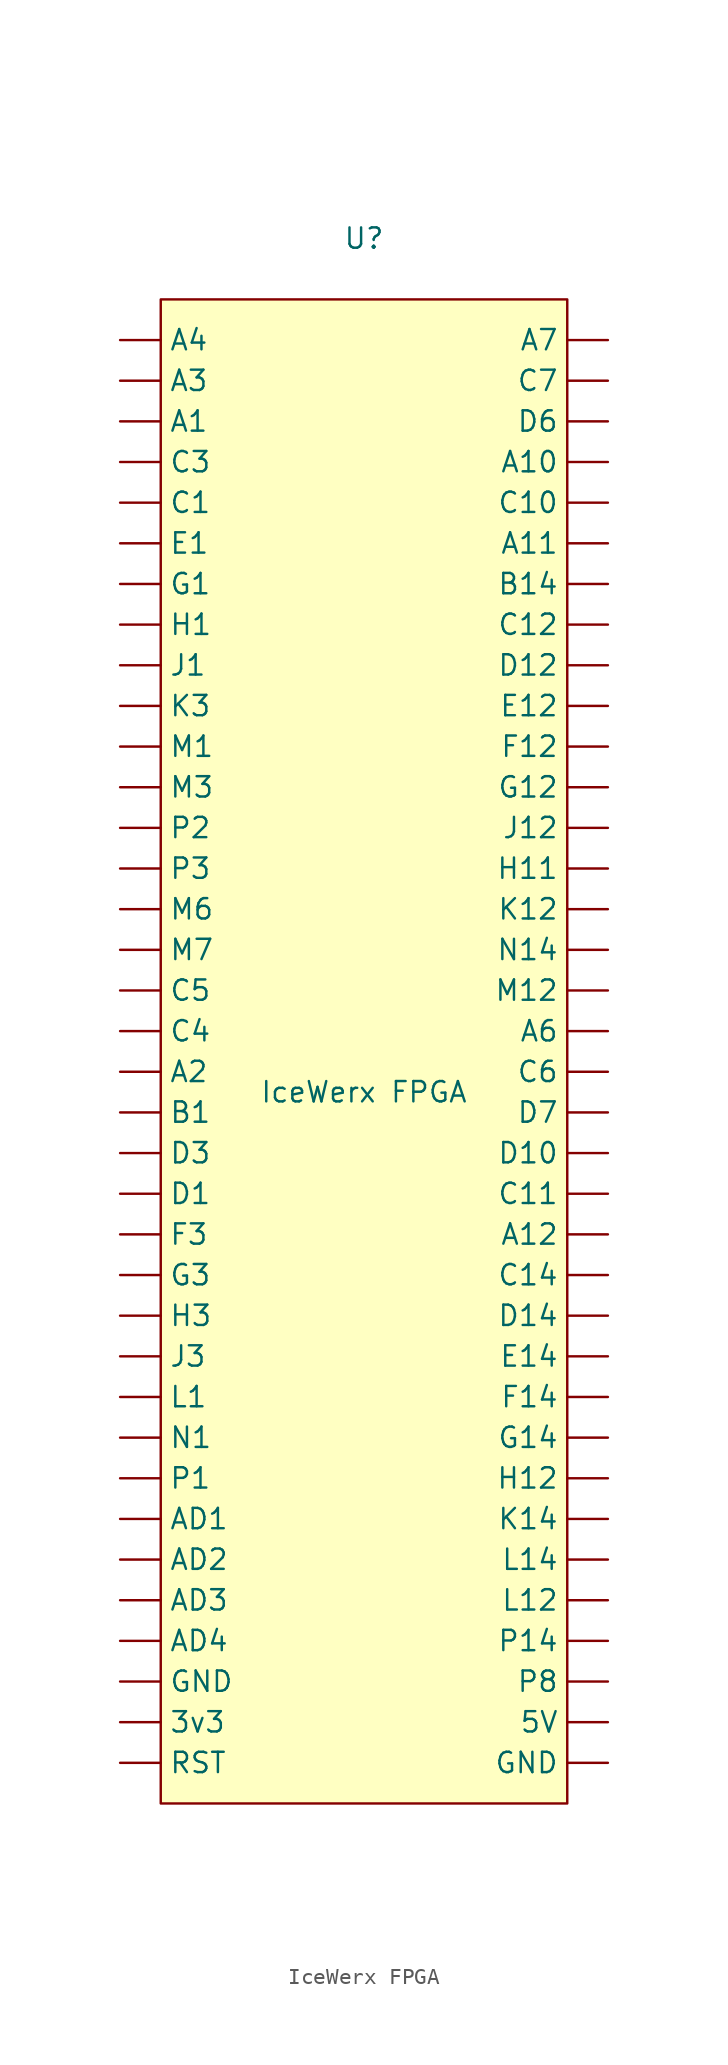
<source format=kicad_sym>
(kicad_symbol_lib
  (version 20211014)
  (generator kicad_symbol_editor)
  (symbol "IceWerx FPGA"
    (property "Reference" "U"
      (at 0 53.34 0)
      (effects (font (size 1.27 1.27))))
    (property "Value" "IceWerx FPGA"
      (at 0 0 0)
      (effects (font (size 1.27 1.27))))
    (symbol "IceWerx FPGA_0_1"
      (rectangle (start -12.7 49.53) (end 12.7 -44.45) (stroke (width 0) (type default) (color 0 0 0 0)) (fill (type background))))
    (symbol "IceWerx FPGA_1_1"
      (pin power_out line (at -15.24 -39.37 0) (length 2.54) (name "3v3" (effects (font (size 1.27 1.27)))) (number "" (effects (font (size 1.27 1.27)))))
      (pin power_in line (at 15.24 -39.37 180) (length 2.54) (name "5V" (effects (font (size 1.27 1.27)))) (number "" (effects (font (size 1.27 1.27)))))
      (pin bidirectional line (at -15.24 41.91 0) (length 2.54) (name "A1" (effects (font (size 1.27 1.27)))) (number "" (effects (font (size 1.27 1.27)))))
      (pin bidirectional line (at 15.24 39.37 180) (length 2.54) (name "A10" (effects (font (size 1.27 1.27)))) (number "" (effects (font (size 1.27 1.27)))))
      (pin bidirectional line (at 15.24 34.29 180) (length 2.54) (name "A11" (effects (font (size 1.27 1.27)))) (number "" (effects (font (size 1.27 1.27)))))
      (pin bidirectional line (at 15.24 -8.89 180) (length 2.54) (name "A12" (effects (font (size 1.27 1.27)))) (number "" (effects (font (size 1.27 1.27)))))
      (pin bidirectional line (at -15.24 1.27 0) (length 2.54) (name "A2" (effects (font (size 1.27 1.27)))) (number "" (effects (font (size 1.27 1.27)))))
      (pin bidirectional line (at -15.24 44.45 0) (length 2.54) (name "A3" (effects (font (size 1.27 1.27)))) (number "" (effects (font (size 1.27 1.27)))))
      (pin bidirectional line (at -15.24 46.99 0) (length 2.54) (name "A4" (effects (font (size 1.27 1.27)))) (number "" (effects (font (size 1.27 1.27)))))
      (pin bidirectional line (at 15.24 3.81 180) (length 2.54) (name "A6" (effects (font (size 1.27 1.27)))) (number "" (effects (font (size 1.27 1.27)))))
      (pin bidirectional line (at 15.24 46.99 180) (length 2.54) (name "A7" (effects (font (size 1.27 1.27)))) (number "" (effects (font (size 1.27 1.27)))))
      (pin bidirectional line (at -15.24 -26.67 0) (length 2.54) (name "AD1" (effects (font (size 1.27 1.27)))) (number "" (effects (font (size 1.27 1.27)))))
      (pin bidirectional line (at -15.24 -29.21 0) (length 2.54) (name "AD2" (effects (font (size 1.27 1.27)))) (number "" (effects (font (size 1.27 1.27)))))
      (pin bidirectional line (at -15.24 -31.75 0) (length 2.54) (name "AD3" (effects (font (size 1.27 1.27)))) (number "" (effects (font (size 1.27 1.27)))))
      (pin bidirectional line (at -15.24 -34.29 0) (length 2.54) (name "AD4" (effects (font (size 1.27 1.27)))) (number "" (effects (font (size 1.27 1.27)))))
      (pin bidirectional line (at -15.24 -1.27 0) (length 2.54) (name "B1" (effects (font (size 1.27 1.27)))) (number "" (effects (font (size 1.27 1.27)))))
      (pin bidirectional line (at 15.24 31.75 180) (length 2.54) (name "B14" (effects (font (size 1.27 1.27)))) (number "" (effects (font (size 1.27 1.27)))))
      (pin bidirectional line (at -15.24 36.83 0) (length 2.54) (name "C1" (effects (font (size 1.27 1.27)))) (number "" (effects (font (size 1.27 1.27)))))
      (pin bidirectional line (at 15.24 36.83 180) (length 2.54) (name "C10" (effects (font (size 1.27 1.27)))) (number "" (effects (font (size 1.27 1.27)))))
      (pin bidirectional line (at 15.24 -6.35 180) (length 2.54) (name "C11" (effects (font (size 1.27 1.27)))) (number "" (effects (font (size 1.27 1.27)))))
      (pin bidirectional line (at 15.24 29.21 180) (length 2.54) (name "C12" (effects (font (size 1.27 1.27)))) (number "" (effects (font (size 1.27 1.27)))))
      (pin bidirectional line (at 15.24 -11.43 180) (length 2.54) (name "C14" (effects (font (size 1.27 1.27)))) (number "" (effects (font (size 1.27 1.27)))))
      (pin bidirectional line (at -15.24 39.37 0) (length 2.54) (name "C3" (effects (font (size 1.27 1.27)))) (number "" (effects (font (size 1.27 1.27)))))
      (pin bidirectional line (at -15.24 3.81 0) (length 2.54) (name "C4" (effects (font (size 1.27 1.27)))) (number "" (effects (font (size 1.27 1.27)))))
      (pin bidirectional line (at -15.24 6.35 0) (length 2.54) (name "C5" (effects (font (size 1.27 1.27)))) (number "" (effects (font (size 1.27 1.27)))))
      (pin bidirectional line (at 15.24 1.27 180) (length 2.54) (name "C6" (effects (font (size 1.27 1.27)))) (number "" (effects (font (size 1.27 1.27)))))
      (pin bidirectional line (at 15.24 44.45 180) (length 2.54) (name "C7" (effects (font (size 1.27 1.27)))) (number "" (effects (font (size 1.27 1.27)))))
      (pin bidirectional line (at -15.24 -6.35 0) (length 2.54) (name "D1" (effects (font (size 1.27 1.27)))) (number "" (effects (font (size 1.27 1.27)))))
      (pin bidirectional line (at 15.24 -3.81 180) (length 2.54) (name "D10" (effects (font (size 1.27 1.27)))) (number "" (effects (font (size 1.27 1.27)))))
      (pin bidirectional line (at 15.24 26.67 180) (length 2.54) (name "D12" (effects (font (size 1.27 1.27)))) (number "" (effects (font (size 1.27 1.27)))))
      (pin bidirectional line (at 15.24 -13.97 180) (length 2.54) (name "D14" (effects (font (size 1.27 1.27)))) (number "" (effects (font (size 1.27 1.27)))))
      (pin bidirectional line (at -15.24 -3.81 0) (length 2.54) (name "D3" (effects (font (size 1.27 1.27)))) (number "" (effects (font (size 1.27 1.27)))))
      (pin bidirectional line (at 15.24 41.91 180) (length 2.54) (name "D6" (effects (font (size 1.27 1.27)))) (number "" (effects (font (size 1.27 1.27)))))
      (pin bidirectional line (at 15.24 -1.27 180) (length 2.54) (name "D7" (effects (font (size 1.27 1.27)))) (number "" (effects (font (size 1.27 1.27)))))
      (pin bidirectional line (at -15.24 34.29 0) (length 2.54) (name "E1" (effects (font (size 1.27 1.27)))) (number "" (effects (font (size 1.27 1.27)))))
      (pin bidirectional line (at 15.24 24.13 180) (length 2.54) (name "E12" (effects (font (size 1.27 1.27)))) (number "" (effects (font (size 1.27 1.27)))))
      (pin bidirectional line (at 15.24 -16.51 180) (length 2.54) (name "E14" (effects (font (size 1.27 1.27)))) (number "" (effects (font (size 1.27 1.27)))))
      (pin bidirectional line (at 15.24 21.59 180) (length 2.54) (name "F12" (effects (font (size 1.27 1.27)))) (number "" (effects (font (size 1.27 1.27)))))
      (pin bidirectional line (at 15.24 -19.05 180) (length 2.54) (name "F14" (effects (font (size 1.27 1.27)))) (number "" (effects (font (size 1.27 1.27)))))
      (pin bidirectional line (at -15.24 -8.89 0) (length 2.54) (name "F3" (effects (font (size 1.27 1.27)))) (number "" (effects (font (size 1.27 1.27)))))
      (pin bidirectional line (at -15.24 31.75 0) (length 2.54) (name "G1" (effects (font (size 1.27 1.27)))) (number "" (effects (font (size 1.27 1.27)))))
      (pin bidirectional line (at 15.24 19.05 180) (length 2.54) (name "G12" (effects (font (size 1.27 1.27)))) (number "" (effects (font (size 1.27 1.27)))))
      (pin bidirectional line (at 15.24 -21.59 180) (length 2.54) (name "G14" (effects (font (size 1.27 1.27)))) (number "" (effects (font (size 1.27 1.27)))))
      (pin bidirectional line (at -15.24 -11.43 0) (length 2.54) (name "G3" (effects (font (size 1.27 1.27)))) (number "" (effects (font (size 1.27 1.27)))))
      (pin bidirectional line (at -15.24 -36.83 0) (length 2.54) (name "GND" (effects (font (size 1.27 1.27)))) (number "" (effects (font (size 1.27 1.27)))))
      (pin bidirectional line (at 15.24 -41.91 180) (length 2.54) (name "GND" (effects (font (size 1.27 1.27)))) (number "" (effects (font (size 1.27 1.27)))))
      (pin bidirectional line (at -15.24 29.21 0) (length 2.54) (name "H1" (effects (font (size 1.27 1.27)))) (number "" (effects (font (size 1.27 1.27)))))
      (pin bidirectional line (at 15.24 13.97 180) (length 2.54) (name "H11" (effects (font (size 1.27 1.27)))) (number "" (effects (font (size 1.27 1.27)))))
      (pin bidirectional line (at 15.24 -24.13 180) (length 2.54) (name "H12" (effects (font (size 1.27 1.27)))) (number "" (effects (font (size 1.27 1.27)))))
      (pin bidirectional line (at -15.24 -13.97 0) (length 2.54) (name "H3" (effects (font (size 1.27 1.27)))) (number "" (effects (font (size 1.27 1.27)))))
      (pin bidirectional line (at -15.24 26.67 0) (length 2.54) (name "J1" (effects (font (size 1.27 1.27)))) (number "" (effects (font (size 1.27 1.27)))))
      (pin bidirectional line (at 15.24 16.51 180) (length 2.54) (name "J12" (effects (font (size 1.27 1.27)))) (number "" (effects (font (size 1.27 1.27)))))
      (pin bidirectional line (at -15.24 -16.51 0) (length 2.54) (name "J3" (effects (font (size 1.27 1.27)))) (number "" (effects (font (size 1.27 1.27)))))
      (pin bidirectional line (at 15.24 11.43 180) (length 2.54) (name "K12" (effects (font (size 1.27 1.27)))) (number "" (effects (font (size 1.27 1.27)))))
      (pin bidirectional line (at 15.24 -26.67 180) (length 2.54) (name "K14" (effects (font (size 1.27 1.27)))) (number "" (effects (font (size 1.27 1.27)))))
      (pin bidirectional line (at -15.24 24.13 0) (length 2.54) (name "K3" (effects (font (size 1.27 1.27)))) (number "" (effects (font (size 1.27 1.27)))))
      (pin bidirectional line (at -15.24 -19.05 0) (length 2.54) (name "L1" (effects (font (size 1.27 1.27)))) (number "" (effects (font (size 1.27 1.27)))))
      (pin bidirectional line (at 15.24 -31.75 180) (length 2.54) (name "L12" (effects (font (size 1.27 1.27)))) (number "" (effects (font (size 1.27 1.27)))))
      (pin bidirectional line (at 15.24 -29.21 180) (length 2.54) (name "L14" (effects (font (size 1.27 1.27)))) (number "" (effects (font (size 1.27 1.27)))))
      (pin bidirectional line (at -15.24 21.59 0) (length 2.54) (name "M1" (effects (font (size 1.27 1.27)))) (number "" (effects (font (size 1.27 1.27)))))
      (pin bidirectional line (at 15.24 6.35 180) (length 2.54) (name "M12" (effects (font (size 1.27 1.27)))) (number "" (effects (font (size 1.27 1.27)))))
      (pin bidirectional line (at -15.24 19.05 0) (length 2.54) (name "M3" (effects (font (size 1.27 1.27)))) (number "" (effects (font (size 1.27 1.27)))))
      (pin bidirectional line (at -15.24 11.43 0) (length 2.54) (name "M6" (effects (font (size 1.27 1.27)))) (number "" (effects (font (size 1.27 1.27)))))
      (pin bidirectional line (at -15.24 8.89 0) (length 2.54) (name "M7" (effects (font (size 1.27 1.27)))) (number "" (effects (font (size 1.27 1.27)))))
      (pin bidirectional line (at -15.24 -21.59 0) (length 2.54) (name "N1" (effects (font (size 1.27 1.27)))) (number "" (effects (font (size 1.27 1.27)))))
      (pin bidirectional line (at 15.24 8.89 180) (length 2.54) (name "N14" (effects (font (size 1.27 1.27)))) (number "" (effects (font (size 1.27 1.27)))))
      (pin bidirectional line (at -15.24 -24.13 0) (length 2.54) (name "P1" (effects (font (size 1.27 1.27)))) (number "" (effects (font (size 1.27 1.27)))))
      (pin bidirectional line (at 15.24 -34.29 180) (length 2.54) (name "P14" (effects (font (size 1.27 1.27)))) (number "" (effects (font (size 1.27 1.27)))))
      (pin bidirectional line (at -15.24 16.51 0) (length 2.54) (name "P2" (effects (font (size 1.27 1.27)))) (number "" (effects (font (size 1.27 1.27)))))
      (pin bidirectional line (at -15.24 13.97 0) (length 2.54) (name "P3" (effects (font (size 1.27 1.27)))) (number "" (effects (font (size 1.27 1.27)))))
      (pin bidirectional line (at 15.24 -36.83 180) (length 2.54) (name "P8" (effects (font (size 1.27 1.27)))) (number "" (effects (font (size 1.27 1.27)))))
      (pin input line (at -15.24 -41.91 0) (length 2.54) (name "RST" (effects (font (size 1.27 1.27)))) (number "" (effects (font (size 1.27 1.27))))))))
</source>
